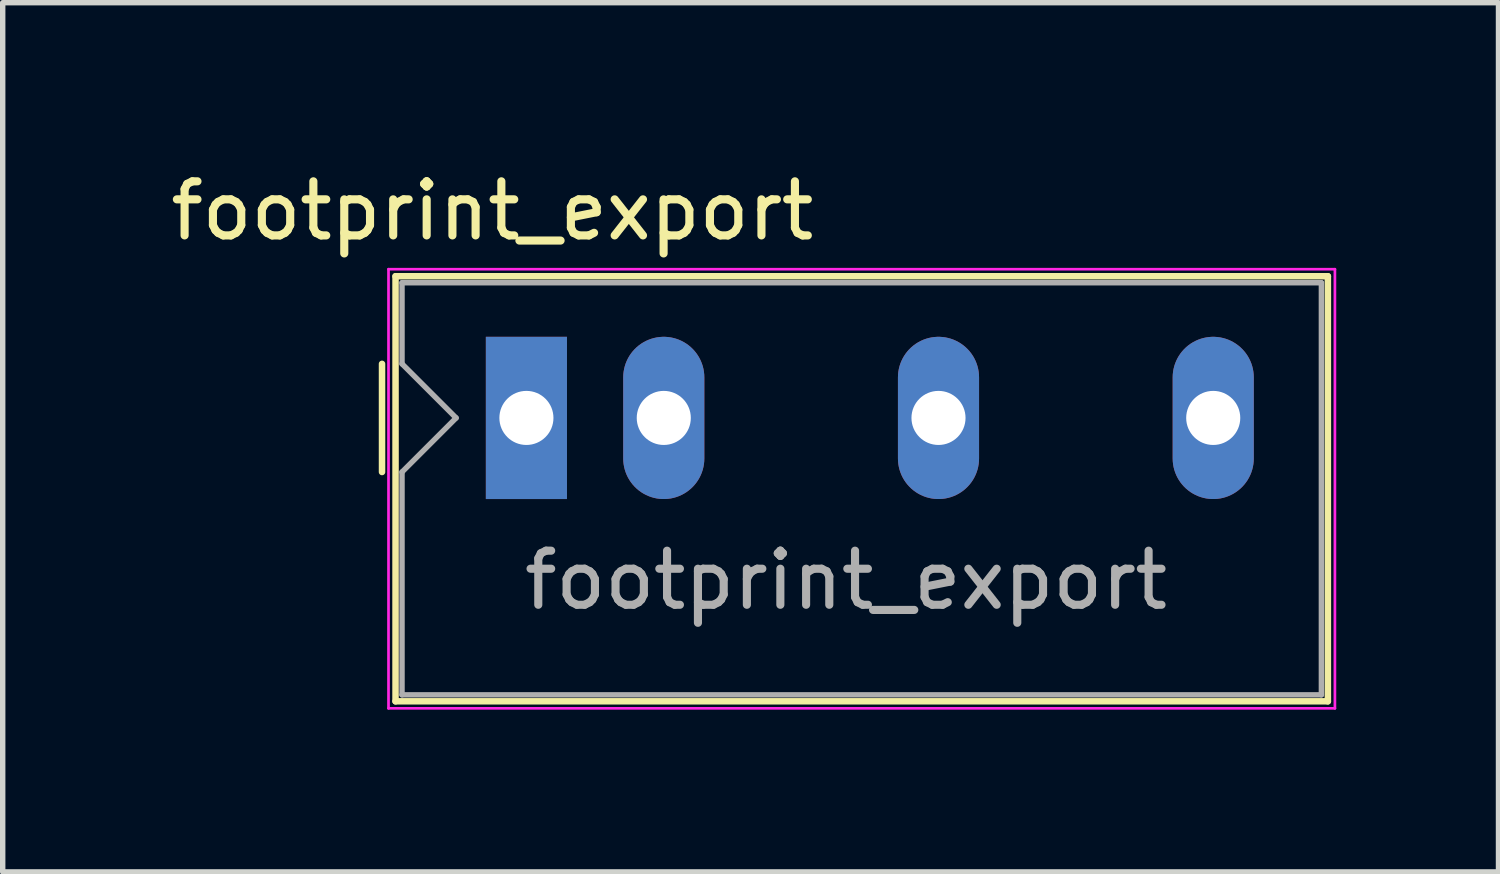
<source format=kicad_pcb>
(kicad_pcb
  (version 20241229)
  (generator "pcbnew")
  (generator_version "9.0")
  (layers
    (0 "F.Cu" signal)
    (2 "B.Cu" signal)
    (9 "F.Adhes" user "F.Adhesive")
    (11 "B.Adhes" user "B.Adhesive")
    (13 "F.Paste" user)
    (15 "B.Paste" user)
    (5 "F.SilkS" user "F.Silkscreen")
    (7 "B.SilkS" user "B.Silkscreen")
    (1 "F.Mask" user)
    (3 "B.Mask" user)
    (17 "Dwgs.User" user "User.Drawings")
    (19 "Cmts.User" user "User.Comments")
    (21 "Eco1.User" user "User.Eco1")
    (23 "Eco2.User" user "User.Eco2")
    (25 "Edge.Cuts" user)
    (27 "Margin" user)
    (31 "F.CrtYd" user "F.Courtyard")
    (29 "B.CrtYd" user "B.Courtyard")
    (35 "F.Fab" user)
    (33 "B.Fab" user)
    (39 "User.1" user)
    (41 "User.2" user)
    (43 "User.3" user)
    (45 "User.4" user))
  (footprint "footprint_export"
    (layer "F.Cu")
    (at 6.684 4.678)
    (property "Reference" "footprint_export" (at -0.63 -3.83 0) (layer "F.SilkS") (effects (font (size 1 1) (thickness 0.15))))
    (attr through_hole)
    (fp_line (start -2.67 -1) (end -2.67 1) (stroke (width 0.12) (type solid)) (layer "F.SilkS"))
    (fp_line (start -2.42 -2.62) (end 14.82 -2.62) (stroke (width 0.12) (type solid)) (layer "F.SilkS"))
    (fp_line (start -2.42 5.24) (end -2.42 -2.62) (stroke (width 0.12) (type solid)) (layer "F.SilkS"))
    (fp_line (start 14.82 -2.62) (end 14.82 5.24) (stroke (width 0.12) (type solid)) (layer "F.SilkS"))
    (fp_line (start 14.82 5.24) (end -2.42 5.24) (stroke (width 0.12) (type solid)) (layer "F.SilkS"))
    (fp_line (start -2.55 -2.75) (end -2.55 5.37) (stroke (width 0.05) (type solid)) (layer "F.CrtYd"))
    (fp_line (start -2.55 -2.75) (end 14.95 -2.75) (stroke (width 0.05) (type solid)) (layer "F.CrtYd"))
    (fp_line (start -2.55 5.37) (end 14.95 5.37) (stroke (width 0.05) (type solid)) (layer "F.CrtYd"))
    (fp_line (start 14.95 -2.75) (end 14.95 5.37) (stroke (width 0.05) (type solid)) (layer "F.CrtYd"))
    (fp_line (start -2.3 -1) (end -2.3 -2.5) (stroke (width 0.1) (type solid)) (layer "F.Fab"))
    (fp_line (start -2.3 -1) (end -1.3 0) (stroke (width 0.1) (type solid)) (layer "F.Fab"))
    (fp_line (start -2.3 1) (end -2.3 5.12) (stroke (width 0.1) (type solid)) (layer "F.Fab"))
    (fp_line (start -1.3 0) (end -2.3 1) (stroke (width 0.1) (type solid)) (layer "F.Fab"))
    (fp_line (start 14.7 -2.5) (end -2.3 -2.5) (stroke (width 0.1) (type solid)) (layer "F.Fab"))
    (fp_line (start 14.7 -2.5) (end 14.7 5.12) (stroke (width 0.1) (type solid)) (layer "F.Fab"))
    (fp_line (start 14.7 5.12) (end -2.3 5.12) (stroke (width 0.1) (type solid)) (layer "F.Fab"))
    (fp_text user "${REFERENCE}" (at 5.91 3 0) (layer "F.Fab") (effects (font (size 1 1) (thickness 0.15))))
    (pad "1" thru_hole rect (at 0 0) (size 1.5 3) (drill 1) (layers "*.Cu" "*.Mask"))
    (pad "2" thru_hole oval (at 2.54 0) (size 1.5 3) (drill 1) (layers "*.Cu" "*.Mask"))
    (pad "4" thru_hole oval (at 7.62 0) (size 1.5 3) (drill 1) (layers "*.Cu" "*.Mask"))
    (pad "6" thru_hole oval (at 12.7 0) (size 1.5 3) (drill 1) (layers "*.Cu" "*.Mask")))
  (gr_rect
    (start -3 -3)
    (end 24.659 13.073)
    (stroke (width 0.1) (type default))
    (fill no)
    (layer "Edge.Cuts")))
</source>
